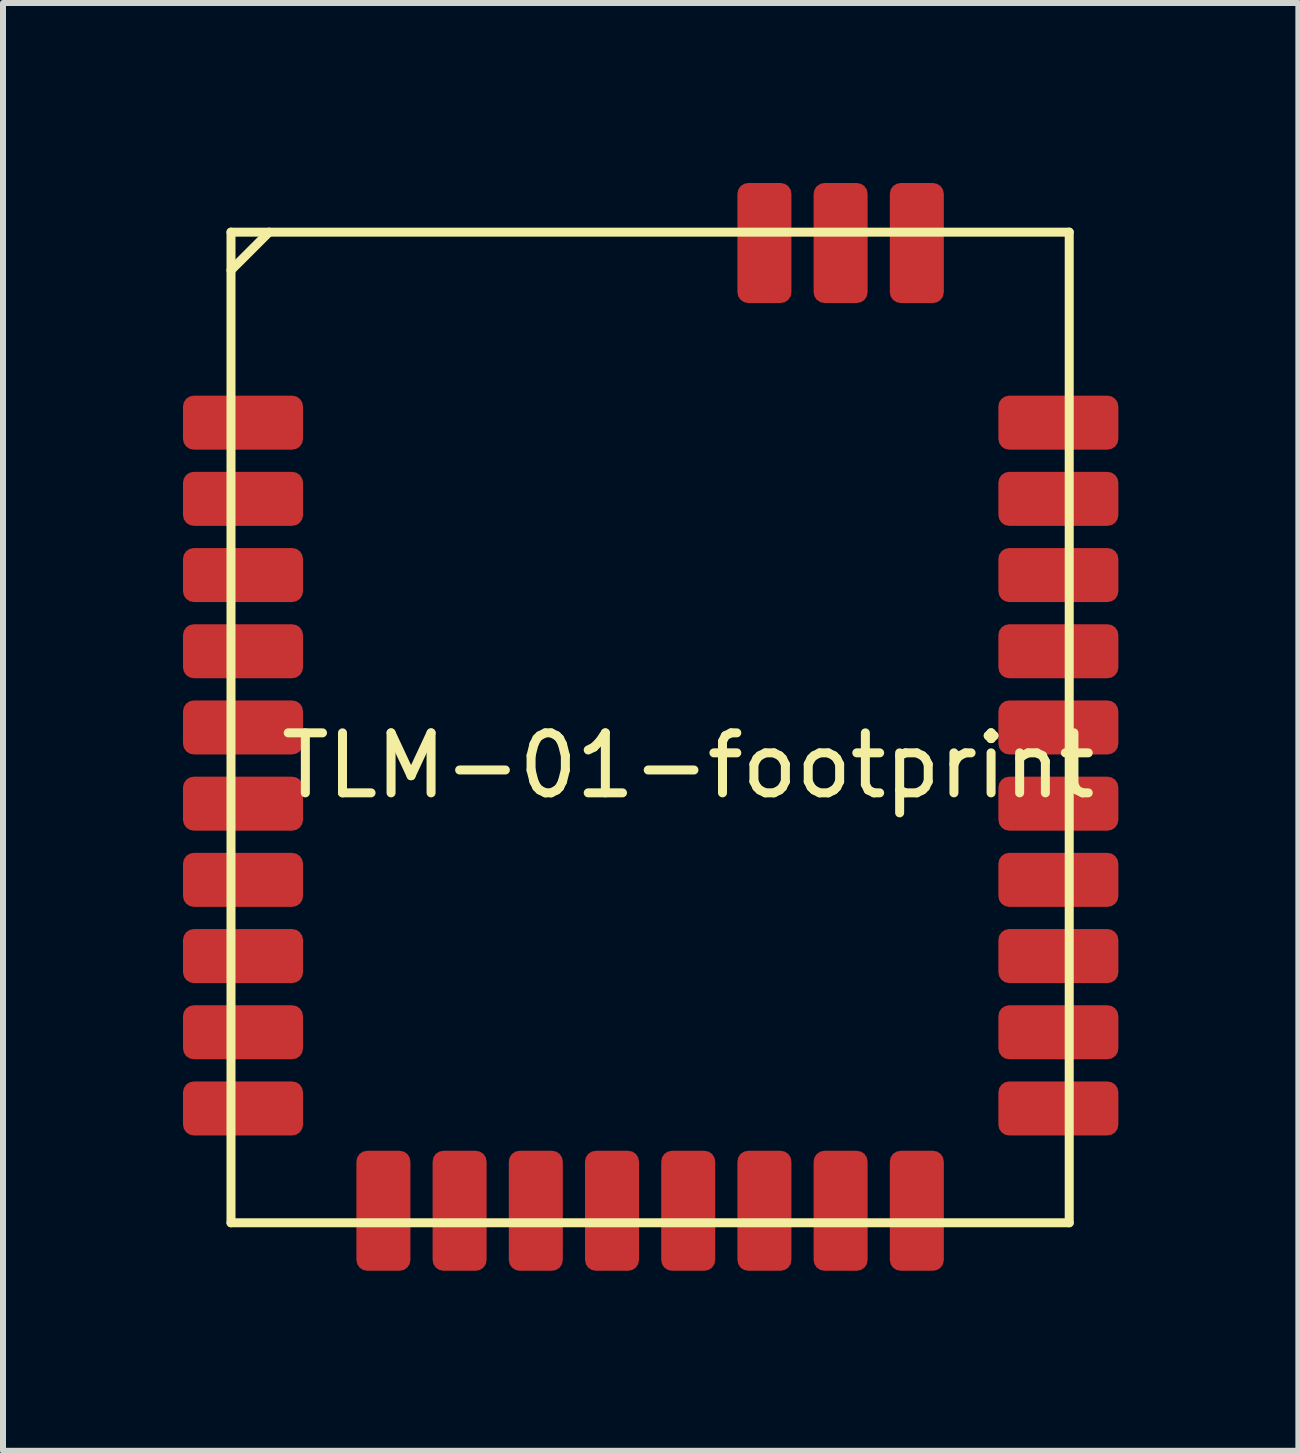
<source format=kicad_pcb>
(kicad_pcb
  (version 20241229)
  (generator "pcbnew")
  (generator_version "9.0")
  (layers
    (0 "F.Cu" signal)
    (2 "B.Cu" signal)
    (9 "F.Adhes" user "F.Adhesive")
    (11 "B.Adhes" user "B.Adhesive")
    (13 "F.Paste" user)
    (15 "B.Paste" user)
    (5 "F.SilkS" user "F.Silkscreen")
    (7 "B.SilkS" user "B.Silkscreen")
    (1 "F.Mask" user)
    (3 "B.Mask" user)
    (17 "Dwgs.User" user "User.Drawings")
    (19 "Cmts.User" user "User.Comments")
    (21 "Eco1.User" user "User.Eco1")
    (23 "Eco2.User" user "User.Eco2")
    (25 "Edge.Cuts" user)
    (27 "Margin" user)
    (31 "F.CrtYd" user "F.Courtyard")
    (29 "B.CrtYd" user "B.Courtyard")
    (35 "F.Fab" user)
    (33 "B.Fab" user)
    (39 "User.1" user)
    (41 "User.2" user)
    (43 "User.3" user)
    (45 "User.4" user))
  (footprint "TLM-01-footprint"
    (layer "F.Cu")
    (at 0.8 3.994)
    (property "Reference" "TLM-01-footprint" (at 7.62 5.715 0) (layer "F.SilkS") (effects (font (size 1 1) (thickness 0.15))))
    (attr through_hole)
    (fp_line (start 0 -3.175) (end 13.97 -3.175) (stroke (width 0.15) (type solid)) (layer "F.SilkS"))
    (fp_line (start 0 13.335) (end 0 -3.175) (stroke (width 0.15) (type solid)) (layer "F.SilkS"))
    (fp_line (start 0.635 -3.175) (end 0 -2.54) (stroke (width 0.15) (type solid)) (layer "F.SilkS"))
    (fp_line (start 13.97 -3.175) (end 13.97 13.335) (stroke (width 0.15) (type solid)) (layer "F.SilkS"))
    (fp_line (start 13.97 13.335) (end 0 13.335) (stroke (width 0.15) (type solid)) (layer "F.SilkS"))
    (pad "1" connect roundrect (at 0 0) (size 2 0.9) (drill (offset 0.2 0)) (layers "F.Cu" "F.Mask") (roundrect_rratio 0.2))
    (pad "2" connect roundrect (at 0 1.27) (size 2 0.9) (drill (offset 0.2 0)) (layers "F.Cu" "F.Mask") (roundrect_rratio 0.2))
    (pad "3" connect roundrect (at 0 2.54) (size 2 0.9) (drill (offset 0.2 0)) (layers "F.Cu" "F.Mask") (roundrect_rratio 0.2))
    (pad "4" connect roundrect (at 0 3.81) (size 2 0.9) (drill (offset 0.2 0)) (layers "F.Cu" "F.Mask") (roundrect_rratio 0.2))
    (pad "5" connect roundrect (at 0 5.08) (size 2 0.9) (drill (offset 0.2 0)) (layers "F.Cu" "F.Mask") (roundrect_rratio 0.2))
    (pad "6" connect roundrect (at 0 6.35) (size 2 0.9) (drill (offset 0.2 0)) (layers "F.Cu" "F.Mask") (roundrect_rratio 0.2))
    (pad "7" connect roundrect (at 0 7.62) (size 2 0.9) (drill (offset 0.2 0)) (layers "F.Cu" "F.Mask") (roundrect_rratio 0.2))
    (pad "8" connect roundrect (at 0 8.89) (size 2 0.9) (drill (offset 0.2 0)) (layers "F.Cu" "F.Mask") (roundrect_rratio 0.2))
    (pad "9" connect roundrect (at 0 10.16) (size 2 0.9) (drill (offset 0.2 0)) (layers "F.Cu" "F.Mask") (roundrect_rratio 0.2))
    (pad "10" connect roundrect (at 0 11.43) (size 2 0.9) (drill (offset 0.2 0)) (layers "F.Cu" "F.Mask") (roundrect_rratio 0.2))
    (pad "11" connect roundrect (at 2.54 13.335 90) (size 2 0.9) (drill (offset 0.2 0)) (layers "F.Cu" "F.Mask") (roundrect_rratio 0.2))
    (pad "12" connect roundrect (at 3.81 13.335 90) (size 2 0.9) (drill (offset 0.2 0)) (layers "F.Cu" "F.Mask") (roundrect_rratio 0.2))
    (pad "13" connect roundrect (at 5.08 13.335 90) (size 2 0.9) (drill (offset 0.2 0)) (layers "F.Cu" "F.Mask") (roundrect_rratio 0.2))
    (pad "14" connect roundrect (at 6.35 13.335 90) (size 2 0.9) (drill (offset 0.2 0)) (layers "F.Cu" "F.Mask") (roundrect_rratio 0.2))
    (pad "15" connect roundrect (at 7.62 13.335 90) (size 2 0.9) (drill (offset 0.2 0)) (layers "F.Cu" "F.Mask") (roundrect_rratio 0.2))
    (pad "16" connect roundrect (at 8.89 13.335 90) (size 2 0.9) (drill (offset 0.2 0)) (layers "F.Cu" "F.Mask") (roundrect_rratio 0.2))
    (pad "17" connect roundrect (at 10.16 13.335 90) (size 2 0.9) (drill (offset 0.2 0)) (layers "F.Cu" "F.Mask") (roundrect_rratio 0.2))
    (pad "18" connect roundrect (at 11.43 13.335 90) (size 2 0.9) (drill (offset 0.2 0)) (layers "F.Cu" "F.Mask") (roundrect_rratio 0.2))
    (pad "19" connect roundrect (at 13.589 11.43) (size 2 0.9) (drill (offset 0.2 0)) (layers "F.Cu" "F.Mask") (roundrect_rratio 0.2))
    (pad "20" connect roundrect (at 13.589 10.16) (size 2 0.9) (drill (offset 0.2 0)) (layers "F.Cu" "F.Mask") (roundrect_rratio 0.2))
    (pad "21" connect roundrect (at 13.589 8.89) (size 2 0.9) (drill (offset 0.2 0)) (layers "F.Cu" "F.Mask") (roundrect_rratio 0.2))
    (pad "22" connect roundrect (at 13.589 7.62) (size 2 0.9) (drill (offset 0.2 0)) (layers "F.Cu" "F.Mask") (roundrect_rratio 0.2))
    (pad "23" connect roundrect (at 13.589 6.35) (size 2 0.9) (drill (offset 0.2 0)) (layers "F.Cu" "F.Mask") (roundrect_rratio 0.2))
    (pad "24" connect roundrect (at 13.589 5.08) (size 2 0.9) (drill (offset 0.2 0)) (layers "F.Cu" "F.Mask") (roundrect_rratio 0.2))
    (pad "25" connect roundrect (at 13.589 3.81) (size 2 0.9) (drill (offset 0.2 0)) (layers "F.Cu" "F.Mask") (roundrect_rratio 0.2))
    (pad "26" connect roundrect (at 13.589 2.54) (size 2 0.9) (drill (offset 0.2 0)) (layers "F.Cu" "F.Mask") (roundrect_rratio 0.2))
    (pad "27" connect roundrect (at 13.589 1.27) (size 2 0.9) (drill (offset 0.2 0)) (layers "F.Cu" "F.Mask") (roundrect_rratio 0.2))
    (pad "28" connect roundrect (at 13.589 0) (size 2 0.9) (drill (offset 0.2 0)) (layers "F.Cu" "F.Mask") (roundrect_rratio 0.2))
    (pad "29" connect roundrect (at 11.43 -2.794 90) (size 2 0.9) (drill (offset 0.2 0)) (layers "F.Cu" "F.Mask") (roundrect_rratio 0.2))
    (pad "30" connect roundrect (at 10.16 -2.794 90) (size 2 0.9) (drill (offset 0.2 0)) (layers "F.Cu" "F.Mask") (roundrect_rratio 0.2))
    (pad "31" connect roundrect (at 8.89 -2.794 90) (size 2 0.9) (drill (offset 0.2 0)) (layers "F.Cu" "F.Mask") (roundrect_rratio 0.2)))
  (gr_rect
    (start -3 -3)
    (end 18.589 21.129)
    (stroke (width 0.1) (type default))
    (fill no)
    (layer "Edge.Cuts")))
</source>
